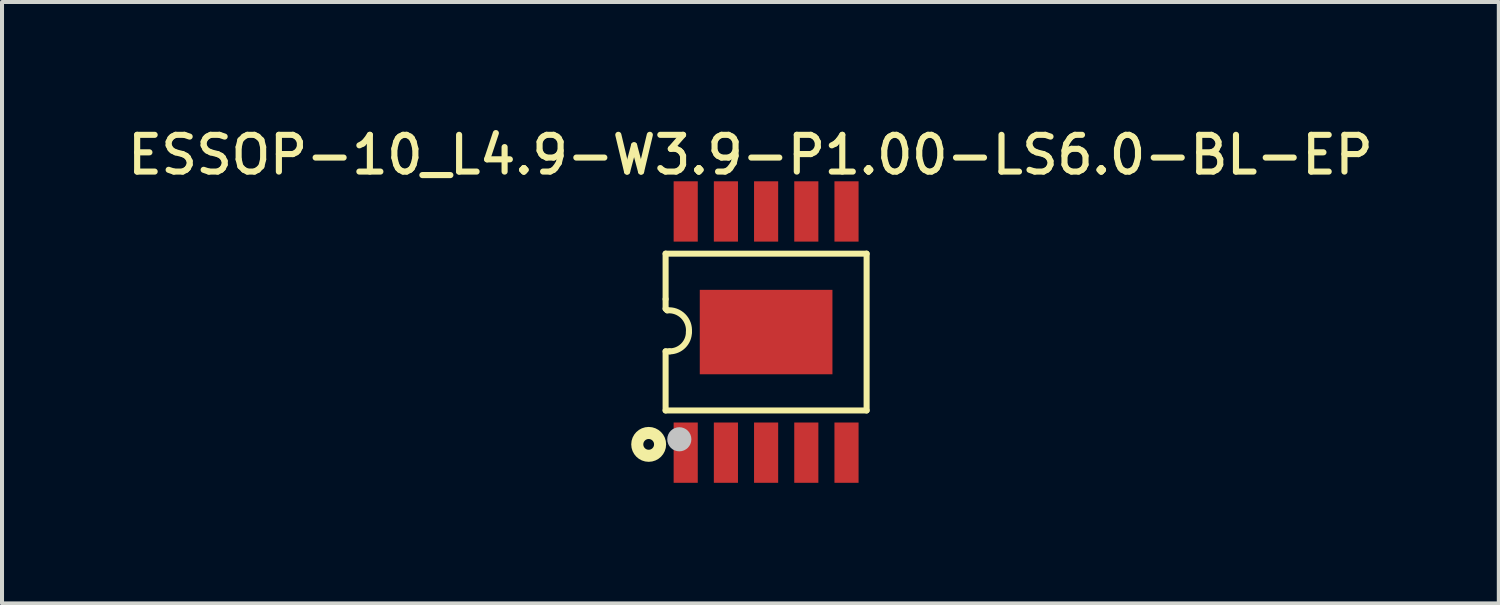
<source format=kicad_pcb>
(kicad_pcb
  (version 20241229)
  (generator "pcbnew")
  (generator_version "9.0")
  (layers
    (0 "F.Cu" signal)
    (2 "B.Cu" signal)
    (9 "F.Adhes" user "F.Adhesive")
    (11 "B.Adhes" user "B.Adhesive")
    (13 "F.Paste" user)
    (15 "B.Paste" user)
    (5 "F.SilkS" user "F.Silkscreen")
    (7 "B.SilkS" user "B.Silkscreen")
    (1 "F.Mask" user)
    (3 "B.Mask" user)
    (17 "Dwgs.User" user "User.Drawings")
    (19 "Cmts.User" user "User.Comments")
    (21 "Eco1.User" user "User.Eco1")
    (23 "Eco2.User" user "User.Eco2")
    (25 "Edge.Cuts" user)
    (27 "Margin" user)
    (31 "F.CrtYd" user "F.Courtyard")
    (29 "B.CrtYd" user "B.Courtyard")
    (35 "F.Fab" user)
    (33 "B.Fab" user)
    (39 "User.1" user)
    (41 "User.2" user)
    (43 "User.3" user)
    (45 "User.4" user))
  (footprint "ESSOP-10_L4.9-W3.9-P1.00-LS6.0-BL-EP"
    (layer "F.Cu")
    (at 16.007 5.21)
    (property "Reference" "ESSOP-10_L4.9-W3.9-P1.00-LS6.0-BL-EP" (at -0.39 -4.407 0) (layer "F.SilkS") (effects (font (size 0.914 0.914) (thickness 0.152))))
    (fp_line (start -2.5 -1.95) (end 2.5 -1.95) (stroke (width 0.15) (type default)) (layer "F.SilkS"))
    (fp_line (start -2.5 -0.82) (end -2.5 -1.95) (stroke (width 0.15) (type default)) (layer "F.SilkS"))
    (fp_line (start -2.5 -0.58) (end -2.5 -0.82) (stroke (width 0.15) (type default)) (layer "F.SilkS"))
    (fp_line (start -2.5 0.48) (end -2.4 0.48) (stroke (width 0.15) (type default)) (layer "F.SilkS"))
    (fp_line (start -2.5 1.95) (end -2.5 0.48) (stroke (width 0.15) (type default)) (layer "F.SilkS"))
    (fp_line (start -2.5 1.95) (end 2.5 1.95) (stroke (width 0.15) (type default)) (layer "F.SilkS"))
    (fp_line (start -2.46 -0.54) (end -2.5 -0.58) (stroke (width 0.15) (type default)) (layer "F.SilkS"))
    (fp_line (start 2.5 1.95) (end 2.5 -1.95) (stroke (width 0.15) (type default)) (layer "F.SilkS"))
    (fp_arc (start -2.4601 -0.54) (mid -2.063959 -0.396105) (end -1.9201 0) (stroke (width 0.15) (type default)) (layer "F.SilkS"))
    (fp_arc (start -1.9201 0) (mid -2.060689 0.339411) (end -2.4001 0.48) (stroke (width 0.15) (type default)) (layer "F.SilkS"))
    (fp_circle (center -2.921 2.794) (end -2.637 2.794) (stroke (width 0.3) (type default)) (fill no) (layer "F.SilkS"))
    (fp_circle (center -2.159 2.667) (end -2.009 2.667) (stroke (width 0.3) (type default)) (fill no) (layer "Dwgs.User"))
    (fp_circle (center -2.45 3) (end -2.42 3) (stroke (width 0.06) (type default)) (fill no) (layer "User.5"))
    (pad "1" smd rect (at -2 3 90) (size 1.5 0.6) (layers "F.Cu" "F.Mask" "F.Paste"))
    (pad "2" smd rect (at -1 3 90) (size 1.5 0.6) (layers "F.Cu" "F.Mask" "F.Paste"))
    (pad "3" smd rect (at 0 3 90) (size 1.5 0.6) (layers "F.Cu" "F.Mask" "F.Paste"))
    (pad "4" smd rect (at 1 3 90) (size 1.5 0.6) (layers "F.Cu" "F.Mask" "F.Paste"))
    (pad "5" smd rect (at 2 3 90) (size 1.5 0.6) (layers "F.Cu" "F.Mask" "F.Paste"))
    (pad "6" smd rect (at 2 -3 90) (size 1.5 0.6) (layers "F.Cu" "F.Mask" "F.Paste"))
    (pad "7" smd rect (at 1 -3 90) (size 1.5 0.6) (layers "F.Cu" "F.Mask" "F.Paste"))
    (pad "8" smd rect (at 0 -3 90) (size 1.5 0.6) (layers "F.Cu" "F.Mask" "F.Paste"))
    (pad "9" smd rect (at -1 -3 90) (size 1.5 0.6) (layers "F.Cu" "F.Mask" "F.Paste"))
    (pad "10" smd rect (at -2 -3 90) (size 1.5 0.6) (layers "F.Cu" "F.Mask" "F.Paste"))
    (pad "11" smd rect (at 0 0.0001 180) (size 3.3 2.1) (layers "F.Cu" "F.Mask" "F.Paste"))
    (zone (net_name "") (layer "User.3") (hatch edge 0.5) (priority 100) (connect_pads yes) (min_thickness 0) (filled_areas_thickness no) (fill yes) (polygon (pts (xy 13.557 7.16) (xy 13.557 3.26) (xy 18.457 3.26) (xy 18.457 7.16))) (filled_polygon (layer "User.3") (island) (pts (xy 13.557 7.16) (xy 13.557 3.26) (xy 18.457 3.26) (xy 18.457 7.16))))
    (zone (net_name "") (layer "User.4") (hatch edge 0.5) (priority 100) (connect_pads yes) (min_thickness 0) (filled_areas_thickness no) (fill yes) (polygon (pts (xy 13.797 2.86) (xy 13.797 2.21) (xy 14.217 2.21) (xy 14.217 2.86))) (filled_polygon (layer "User.4") (island) (pts (xy 13.797 2.86) (xy 13.797 2.21) (xy 14.217 2.21) (xy 14.217 2.86))))
    (zone (net_name "") (layer "User.4") (hatch edge 0.5) (priority 100) (connect_pads) (min_thickness 0) (filled_areas_thickness no) (keepout (tracks allowed) (vias allowed) (pads allowed) (copperpour not_allowed) (footprints allowed)) (placement (enabled no)) (fill) (polygon (pts (xy 13.797 3.27) (xy 13.797 2.85) (xy 14.217 2.85) (xy 14.217 3.27))))
    (zone (net_name "") (layer "User.4") (hatch edge 0.5) (priority 100) (connect_pads) (min_thickness 0) (filled_areas_thickness no) (keepout (tracks allowed) (vias allowed) (pads allowed) (copperpour not_allowed) (footprints allowed)) (placement (enabled no)) (fill) (polygon (pts (xy 13.797 7.57) (xy 13.797 7.15) (xy 14.217 7.15) (xy 14.217 7.57))))
    (zone (net_name "") (layer "User.4") (hatch edge 0.5) (priority 100) (connect_pads yes) (min_thickness 0) (filled_areas_thickness no) (fill yes) (polygon (pts (xy 13.797 8.21) (xy 13.797 7.56) (xy 14.217 7.56) (xy 14.217 8.21))) (filled_polygon (layer "User.4") (island) (pts (xy 13.797 8.21) (xy 13.797 7.56) (xy 14.217 7.56) (xy 14.217 8.21))))
    (zone (net_name "") (layer "User.4") (hatch edge 0.5) (priority 100) (connect_pads yes) (min_thickness 0) (filled_areas_thickness no) (fill yes) (polygon (pts (xy 14.797 2.86) (xy 14.797 2.21) (xy 15.217 2.21) (xy 15.217 2.86))) (filled_polygon (layer "User.4") (island) (pts (xy 14.797 2.86) (xy 14.797 2.21) (xy 15.217 2.21) (xy 15.217 2.86))))
    (zone (net_name "") (layer "User.4") (hatch edge 0.5) (priority 100) (connect_pads) (min_thickness 0) (filled_areas_thickness no) (keepout (tracks allowed) (vias allowed) (pads allowed) (copperpour not_allowed) (footprints allowed)) (placement (enabled no)) (fill) (polygon (pts (xy 14.797 3.27) (xy 14.797 2.85) (xy 15.217 2.85) (xy 15.217 3.27))))
    (zone (net_name "") (layer "User.4") (hatch edge 0.5) (priority 100) (connect_pads) (min_thickness 0) (filled_areas_thickness no) (keepout (tracks allowed) (vias allowed) (pads allowed) (copperpour not_allowed) (footprints allowed)) (placement (enabled no)) (fill) (polygon (pts (xy 14.797 7.57) (xy 14.797 7.15) (xy 15.217 7.15) (xy 15.217 7.57))))
    (zone (net_name "") (layer "User.4") (hatch edge 0.5) (priority 100) (connect_pads yes) (min_thickness 0) (filled_areas_thickness no) (fill yes) (polygon (pts (xy 14.797 8.21) (xy 14.797 7.56) (xy 15.217 7.56) (xy 15.217 8.21))) (filled_polygon (layer "User.4") (island) (pts (xy 14.797 8.21) (xy 14.797 7.56) (xy 15.217 7.56) (xy 15.217 8.21))))
    (zone (net_name "") (layer "User.4") (hatch edge 0.5) (priority 100) (connect_pads yes) (min_thickness 0) (filled_areas_thickness no) (fill yes) (polygon (pts (xy 15.797 2.86) (xy 15.797 2.21) (xy 16.217 2.21) (xy 16.217 2.86))) (filled_polygon (layer "User.4") (island) (pts (xy 15.797 2.86) (xy 15.797 2.21) (xy 16.217 2.21) (xy 16.217 2.86))))
    (zone (net_name "") (layer "User.4") (hatch edge 0.5) (priority 100) (connect_pads) (min_thickness 0) (filled_areas_thickness no) (keepout (tracks allowed) (vias allowed) (pads allowed) (copperpour not_allowed) (footprints allowed)) (placement (enabled no)) (fill) (polygon (pts (xy 15.797 3.27) (xy 15.797 2.85) (xy 16.217 2.85) (xy 16.217 3.27))))
    (zone (net_name "") (layer "User.4") (hatch edge 0.5) (priority 100) (connect_pads) (min_thickness 0) (filled_areas_thickness no) (keepout (tracks allowed) (vias allowed) (pads allowed) (copperpour not_allowed) (footprints allowed)) (placement (enabled no)) (fill) (polygon (pts (xy 15.797 7.57) (xy 15.797 7.15) (xy 16.217 7.15) (xy 16.217 7.57))))
    (zone (net_name "") (layer "User.4") (hatch edge 0.5) (priority 100) (connect_pads yes) (min_thickness 0) (filled_areas_thickness no) (fill yes) (polygon (pts (xy 15.797 8.21) (xy 15.797 7.56) (xy 16.217 7.56) (xy 16.217 8.21))) (filled_polygon (layer "User.4") (island) (pts (xy 15.797 8.21) (xy 15.797 7.56) (xy 16.217 7.56) (xy 16.217 8.21))))
    (zone (net_name "") (layer "User.4") (hatch edge 0.5) (priority 100) (connect_pads yes) (min_thickness 0) (filled_areas_thickness no) (fill yes) (polygon (pts (xy 16.797 2.86) (xy 16.797 2.21) (xy 17.217 2.21) (xy 17.217 2.86))) (filled_polygon (layer "User.4") (island) (pts (xy 16.797 2.86) (xy 16.797 2.21) (xy 17.217 2.21) (xy 17.217 2.86))))
    (zone (net_name "") (layer "User.4") (hatch edge 0.5) (priority 100) (connect_pads) (min_thickness 0) (filled_areas_thickness no) (keepout (tracks allowed) (vias allowed) (pads allowed) (copperpour not_allowed) (footprints allowed)) (placement (enabled no)) (fill) (polygon (pts (xy 16.797 3.27) (xy 16.797 2.85) (xy 17.217 2.85) (xy 17.217 3.27))))
    (zone (net_name "") (layer "User.4") (hatch edge 0.5) (priority 100) (connect_pads) (min_thickness 0) (filled_areas_thickness no) (keepout (tracks allowed) (vias allowed) (pads allowed) (copperpour not_allowed) (footprints allowed)) (placement (enabled no)) (fill) (polygon (pts (xy 16.797 7.57) (xy 16.797 7.15) (xy 17.217 7.15) (xy 17.217 7.57))))
    (zone (net_name "") (layer "User.4") (hatch edge 0.5) (priority 100) (connect_pads yes) (min_thickness 0) (filled_areas_thickness no) (fill yes) (polygon (pts (xy 16.797 8.21) (xy 16.797 7.56) (xy 17.217 7.56) (xy 17.217 8.21))) (filled_polygon (layer "User.4") (island) (pts (xy 16.797 8.21) (xy 16.797 7.56) (xy 17.217 7.56) (xy 17.217 8.21))))
    (zone (net_name "") (layer "User.4") (hatch edge 0.5) (priority 100) (connect_pads yes) (min_thickness 0) (filled_areas_thickness no) (fill yes) (polygon (pts (xy 17.657 6.26) (xy 14.357 6.26) (xy 14.357 4.16) (xy 17.657 4.16))) (filled_polygon (layer "User.4") (island) (pts (xy 17.657 6.26) (xy 14.357 6.26) (xy 14.357 4.16) (xy 17.657 4.16))))
    (zone (net_name "") (layer "User.4") (hatch edge 0.5) (priority 100) (connect_pads yes) (min_thickness 0) (filled_areas_thickness no) (fill yes) (polygon (pts (xy 17.797 2.86) (xy 17.797 2.21) (xy 18.217 2.21) (xy 18.217 2.86))) (filled_polygon (layer "User.4") (island) (pts (xy 17.797 2.86) (xy 17.797 2.21) (xy 18.217 2.21) (xy 18.217 2.86))))
    (zone (net_name "") (layer "User.4") (hatch edge 0.5) (priority 100) (connect_pads) (min_thickness 0) (filled_areas_thickness no) (keepout (tracks allowed) (vias allowed) (pads allowed) (copperpour not_allowed) (footprints allowed)) (placement (enabled no)) (fill) (polygon (pts (xy 17.797 3.27) (xy 17.797 2.85) (xy 18.217 2.85) (xy 18.217 3.27))))
    (zone (net_name "") (layer "User.4") (hatch edge 0.5) (priority 100) (connect_pads) (min_thickness 0) (filled_areas_thickness no) (keepout (tracks allowed) (vias allowed) (pads allowed) (copperpour not_allowed) (footprints allowed)) (placement (enabled no)) (fill) (polygon (pts (xy 17.797 7.57) (xy 17.797 7.15) (xy 18.217 7.15) (xy 18.217 7.57))))
    (zone (net_name "") (layer "User.4") (hatch edge 0.5) (priority 100) (connect_pads yes) (min_thickness 0) (filled_areas_thickness no) (fill yes) (polygon (pts (xy 17.797 8.21) (xy 17.797 7.56) (xy 18.217 7.56) (xy 18.217 8.21))) (filled_polygon (layer "User.4") (island) (pts (xy 17.797 8.21) (xy 17.797 7.56) (xy 18.217 7.56) (xy 18.217 8.21)))))
  (gr_rect
    (start -3 -3)
    (end 34.233 11.96)
    (stroke (width 0.1) (type default))
    (fill no)
    (layer "Edge.Cuts")))
</source>
